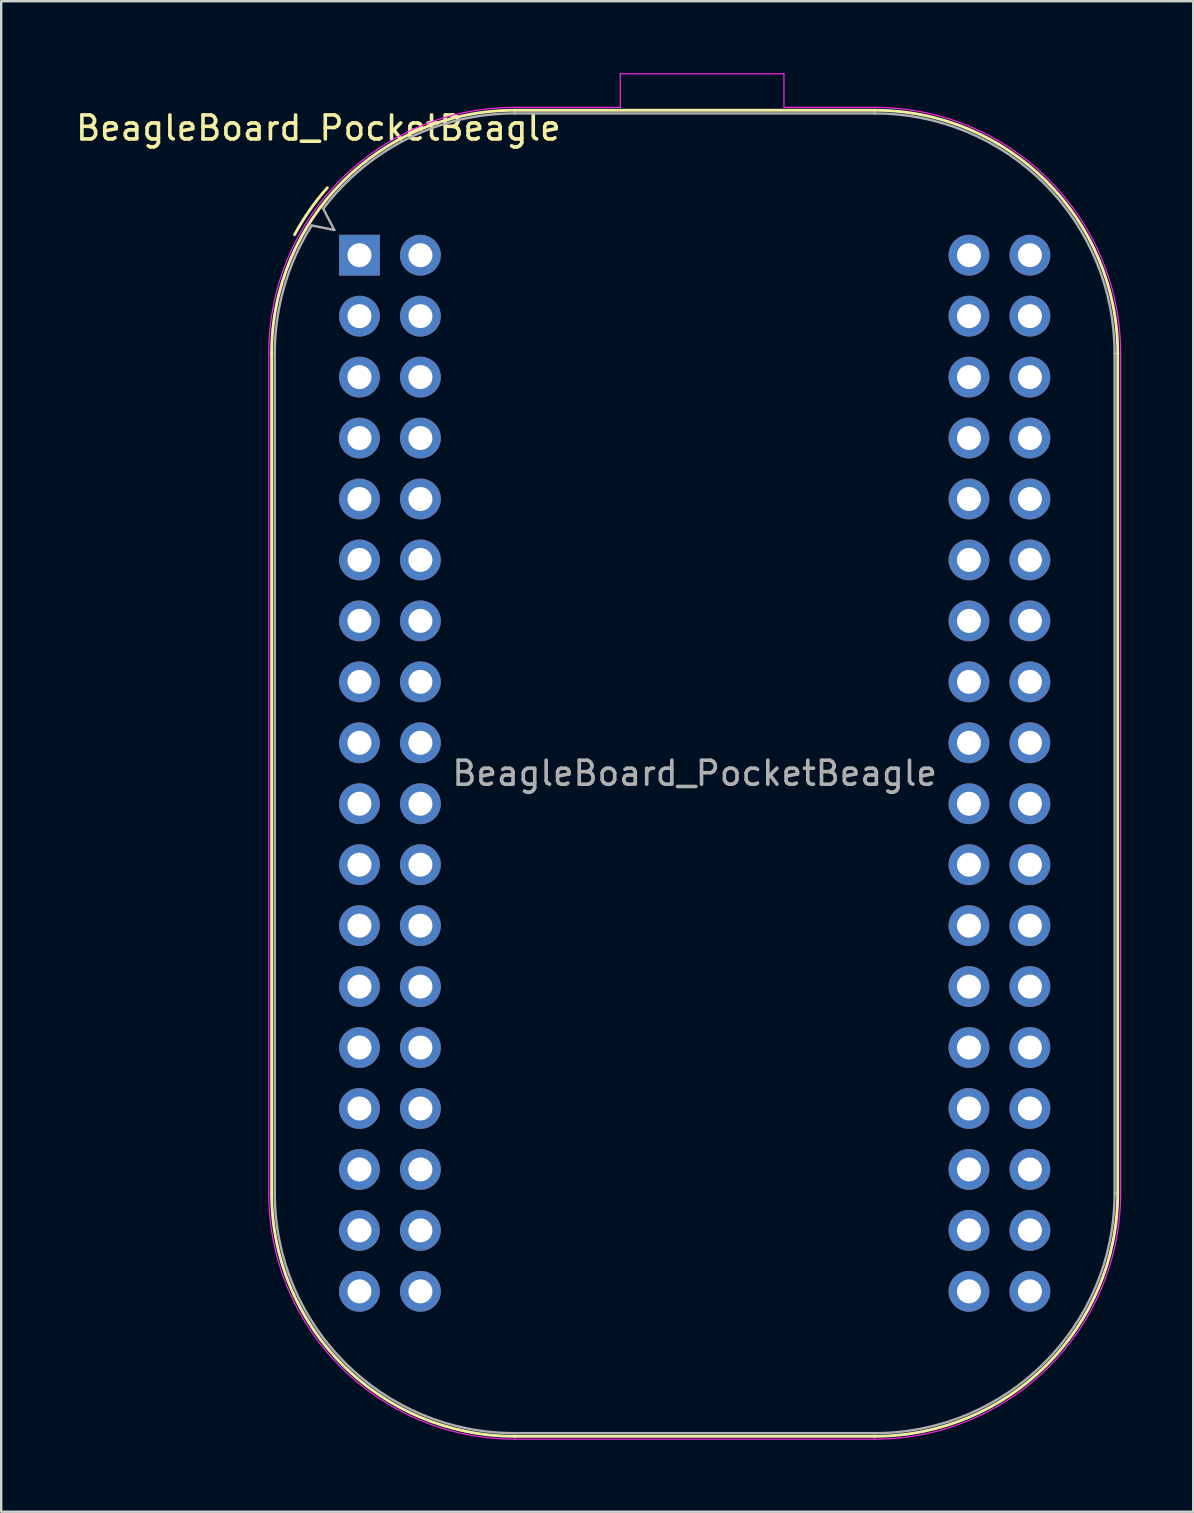
<source format=kicad_pcb>
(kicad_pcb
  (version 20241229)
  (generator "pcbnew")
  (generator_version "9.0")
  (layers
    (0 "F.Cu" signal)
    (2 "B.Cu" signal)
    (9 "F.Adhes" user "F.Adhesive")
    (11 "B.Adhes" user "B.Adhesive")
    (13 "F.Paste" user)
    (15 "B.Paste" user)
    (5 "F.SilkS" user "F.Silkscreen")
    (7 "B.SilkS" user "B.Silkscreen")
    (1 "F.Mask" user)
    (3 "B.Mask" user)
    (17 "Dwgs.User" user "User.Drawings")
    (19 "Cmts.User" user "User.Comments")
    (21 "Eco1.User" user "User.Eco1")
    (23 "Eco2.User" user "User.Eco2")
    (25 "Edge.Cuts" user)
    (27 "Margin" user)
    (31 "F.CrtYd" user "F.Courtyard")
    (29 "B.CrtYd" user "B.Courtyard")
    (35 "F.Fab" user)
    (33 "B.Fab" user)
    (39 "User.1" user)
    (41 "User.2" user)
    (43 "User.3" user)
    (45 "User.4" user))
  (footprint "BeagleBoard_PocketBeagle"
    (layer "F.Cu")
    (at 11.93 7.585)
    (property "Reference" "BeagleBoard_PocketBeagle" (at -1.71 -5.3 180) (layer "F.SilkS") (effects (font (size 1 1) (thickness 0.15))))
    (attr through_hole)
    (fp_line (start -3.66 39.09) (end -3.66 4.09) (stroke (width 0.12) (type solid)) (layer "F.SilkS"))
    (fp_line (start 6.47 -6.04) (end 21.47 -6.04) (stroke (width 0.12) (type solid)) (layer "F.SilkS"))
    (fp_line (start 6.47 49.22) (end 21.47 49.22) (stroke (width 0.12) (type solid)) (layer "F.SilkS"))
    (fp_line (start 31.6 4.09) (end 31.6 39.09) (stroke (width 0.12) (type solid)) (layer "F.SilkS"))
    (fp_arc (start -3.66 4.09) (mid -0.692992 -3.072992) (end 6.47 -6.04) (stroke (width 0.12) (type solid)) (layer "F.SilkS"))
    (fp_arc (start -2.702916 -0.856081) (mid -2.077474 -1.872113) (end -1.34 -2.81) (stroke (width 0.12) (type solid)) (layer "F.SilkS"))
    (fp_arc (start 6.47 49.22) (mid -0.692992 46.252992) (end -3.66 39.09) (stroke (width 0.12) (type solid)) (layer "F.SilkS"))
    (fp_arc (start 21.47 -6.04) (mid 28.632992 -3.072992) (end 31.6 4.09) (stroke (width 0.12) (type solid)) (layer "F.SilkS"))
    (fp_arc (start 31.6 39.09) (mid 28.632992 46.252992) (end 21.47 49.22) (stroke (width 0.12) (type solid)) (layer "F.SilkS"))
    (fp_line (start -3.78 4.09) (end -3.78 39.09) (stroke (width 0.05) (type solid)) (layer "F.CrtYd"))
    (fp_line (start 6.47 49.34) (end 21.47 49.34) (stroke (width 0.05) (type solid)) (layer "F.CrtYd"))
    (fp_line (start 10.87 -7.56) (end 17.69 -7.56) (stroke (width 0.05) (type solid)) (layer "F.CrtYd"))
    (fp_line (start 10.87 -6.16) (end 6.47 -6.16) (stroke (width 0.05) (type solid)) (layer "F.CrtYd"))
    (fp_line (start 10.87 -6.16) (end 10.87 -7.56) (stroke (width 0.05) (type solid)) (layer "F.CrtYd"))
    (fp_line (start 17.69 -6.16) (end 17.69 -7.56) (stroke (width 0.05) (type solid)) (layer "F.CrtYd"))
    (fp_line (start 21.47 -6.16) (end 17.69 -6.16) (stroke (width 0.05) (type solid)) (layer "F.CrtYd"))
    (fp_line (start 31.72 4.09) (end 31.72 39.09) (stroke (width 0.05) (type solid)) (layer "F.CrtYd"))
    (fp_arc (start -3.78 4.09) (mid -0.777845 -3.157845) (end 6.47 -6.16) (stroke (width 0.05) (type solid)) (layer "F.CrtYd"))
    (fp_arc (start 6.47 49.34) (mid -0.777845 46.337845) (end -3.78 39.09) (stroke (width 0.05) (type solid)) (layer "F.CrtYd"))
    (fp_arc (start 21.47 -6.16) (mid 28.717845 -3.157845) (end 31.72 4.09) (stroke (width 0.05) (type solid)) (layer "F.CrtYd"))
    (fp_arc (start 31.72 39.09) (mid 28.717845 46.337845) (end 21.47 49.34) (stroke (width 0.05) (type solid)) (layer "F.CrtYd"))
    (fp_line (start -3.53 4.09) (end -3.53 39.09) (stroke (width 0.1) (type solid)) (layer "F.Fab"))
    (fp_line (start -1.51 -1.94) (end -1.05 -1.05) (stroke (width 0.1) (type solid)) (layer "F.Fab"))
    (fp_line (start -1.05 -1.05) (end -1.99 -1.24) (stroke (width 0.1) (type solid)) (layer "F.Fab"))
    (fp_line (start 6.47 -5.91) (end 21.47 -5.91) (stroke (width 0.1) (type solid)) (layer "F.Fab"))
    (fp_line (start 6.47 49.09) (end 21.47 49.09) (stroke (width 0.1) (type solid)) (layer "F.Fab"))
    (fp_line (start 31.47 4.09) (end 31.47 39.09) (stroke (width 0.1) (type solid)) (layer "F.Fab"))
    (fp_arc (start -3.529025 4.09) (mid -3.136567 1.316126) (end -1.99 -1.24) (stroke (width 0.1) (type solid)) (layer "F.Fab"))
    (fp_arc (start -1.505888 -1.942016) (mid 2.015797 -4.863216) (end 6.47 -5.91) (stroke (width 0.1) (type solid)) (layer "F.Fab"))
    (fp_arc (start 6.47 49.09) (mid -0.601068 46.161068) (end -3.53 39.09) (stroke (width 0.1) (type solid)) (layer "F.Fab"))
    (fp_arc (start 21.472547 -5.91002) (mid 28.549049 -2.973106) (end 31.47 4.11) (stroke (width 0.1) (type solid)) (layer "F.Fab"))
    (fp_arc (start 31.47 39.09) (mid 28.541068 46.161068) (end 21.47 49.09) (stroke (width 0.1) (type solid)) (layer "F.Fab"))
    (fp_text user "${REFERENCE}" (at 13.97 21.59 180) (layer "F.Fab") (effects (font (size 1 1) (thickness 0.15))))
    (pad "1" thru_hole rect (at 0 0) (size 1.7 1.7) (drill 1) (layers "*.Cu" "*.Mask"))
    (pad "2" thru_hole oval (at 2.54 0) (size 1.7 1.7) (drill 1) (layers "*.Cu" "*.Mask"))
    (pad "3" thru_hole oval (at 0 2.54) (size 1.7 1.7) (drill 1) (layers "*.Cu" "*.Mask"))
    (pad "4" thru_hole oval (at 2.54 2.54) (size 1.7 1.7) (drill 1) (layers "*.Cu" "*.Mask"))
    (pad "5" thru_hole oval (at 0 5.08) (size 1.7 1.7) (drill 1) (layers "*.Cu" "*.Mask"))
    (pad "6" thru_hole oval (at 2.54 5.08) (size 1.7 1.7) (drill 1) (layers "*.Cu" "*.Mask"))
    (pad "7" thru_hole oval (at 0 7.62) (size 1.7 1.7) (drill 1) (layers "*.Cu" "*.Mask"))
    (pad "8" thru_hole oval (at 2.54 7.62) (size 1.7 1.7) (drill 1) (layers "*.Cu" "*.Mask"))
    (pad "9" thru_hole oval (at 0 10.16) (size 1.7 1.7) (drill 1) (layers "*.Cu" "*.Mask"))
    (pad "10" thru_hole oval (at 2.54 10.16) (size 1.7 1.7) (drill 1) (layers "*.Cu" "*.Mask"))
    (pad "11" thru_hole oval (at 0 12.7) (size 1.7 1.7) (drill 1) (layers "*.Cu" "*.Mask"))
    (pad "12" thru_hole oval (at 2.54 12.7) (size 1.7 1.7) (drill 1) (layers "*.Cu" "*.Mask"))
    (pad "13" thru_hole oval (at 0 15.24) (size 1.7 1.7) (drill 1) (layers "*.Cu" "*.Mask"))
    (pad "14" thru_hole oval (at 2.54 15.24) (size 1.7 1.7) (drill 1) (layers "*.Cu" "*.Mask"))
    (pad "15" thru_hole oval (at 0 17.78) (size 1.7 1.7) (drill 1) (layers "*.Cu" "*.Mask"))
    (pad "16" thru_hole oval (at 2.54 17.78) (size 1.7 1.7) (drill 1) (layers "*.Cu" "*.Mask"))
    (pad "17" thru_hole oval (at 0 20.32) (size 1.7 1.7) (drill 1) (layers "*.Cu" "*.Mask"))
    (pad "18" thru_hole oval (at 2.54 20.32) (size 1.7 1.7) (drill 1) (layers "*.Cu" "*.Mask"))
    (pad "19" thru_hole oval (at 0 22.86) (size 1.7 1.7) (drill 1) (layers "*.Cu" "*.Mask"))
    (pad "20" thru_hole oval (at 2.54 22.86) (size 1.7 1.7) (drill 1) (layers "*.Cu" "*.Mask"))
    (pad "21" thru_hole oval (at 0 25.4) (size 1.7 1.7) (drill 1) (layers "*.Cu" "*.Mask"))
    (pad "22" thru_hole oval (at 2.54 25.4) (size 1.7 1.7) (drill 1) (layers "*.Cu" "*.Mask"))
    (pad "23" thru_hole oval (at 0 27.94) (size 1.7 1.7) (drill 1) (layers "*.Cu" "*.Mask"))
    (pad "24" thru_hole oval (at 2.54 27.94) (size 1.7 1.7) (drill 1) (layers "*.Cu" "*.Mask"))
    (pad "25" thru_hole oval (at 0 30.48) (size 1.7 1.7) (drill 1) (layers "*.Cu" "*.Mask"))
    (pad "26" thru_hole oval (at 2.54 30.48) (size 1.7 1.7) (drill 1) (layers "*.Cu" "*.Mask"))
    (pad "27" thru_hole oval (at 0 33.02) (size 1.7 1.7) (drill 1) (layers "*.Cu" "*.Mask"))
    (pad "28" thru_hole oval (at 2.54 33.02) (size 1.7 1.7) (drill 1) (layers "*.Cu" "*.Mask"))
    (pad "29" thru_hole oval (at 0 35.56) (size 1.7 1.7) (drill 1) (layers "*.Cu" "*.Mask"))
    (pad "30" thru_hole oval (at 2.54 35.56) (size 1.7 1.7) (drill 1) (layers "*.Cu" "*.Mask"))
    (pad "31" thru_hole oval (at 0 38.1) (size 1.7 1.7) (drill 1) (layers "*.Cu" "*.Mask"))
    (pad "32" thru_hole oval (at 2.54 38.1) (size 1.7 1.7) (drill 1) (layers "*.Cu" "*.Mask"))
    (pad "33" thru_hole oval (at 0 40.64) (size 1.7 1.7) (drill 1) (layers "*.Cu" "*.Mask"))
    (pad "34" thru_hole oval (at 2.54 40.64) (size 1.7 1.7) (drill 1) (layers "*.Cu" "*.Mask"))
    (pad "35" thru_hole oval (at 0 43.18) (size 1.7 1.7) (drill 1) (layers "*.Cu" "*.Mask"))
    (pad "36" thru_hole oval (at 2.54 43.18) (size 1.7 1.7) (drill 1) (layers "*.Cu" "*.Mask"))
    (pad "37" thru_hole circle (at 25.4 0) (size 1.7 1.7) (drill 1) (layers "*.Cu" "*.Mask"))
    (pad "38" thru_hole oval (at 27.94 0) (size 1.7 1.7) (drill 1) (layers "*.Cu" "*.Mask"))
    (pad "39" thru_hole oval (at 25.4 2.54) (size 1.7 1.7) (drill 1) (layers "*.Cu" "*.Mask"))
    (pad "40" thru_hole oval (at 27.94 2.54) (size 1.7 1.7) (drill 1) (layers "*.Cu" "*.Mask"))
    (pad "41" thru_hole oval (at 25.4 5.08) (size 1.7 1.7) (drill 1) (layers "*.Cu" "*.Mask"))
    (pad "42" thru_hole oval (at 27.94 5.08) (size 1.7 1.7) (drill 1) (layers "*.Cu" "*.Mask"))
    (pad "43" thru_hole oval (at 25.4 7.62) (size 1.7 1.7) (drill 1) (layers "*.Cu" "*.Mask"))
    (pad "44" thru_hole oval (at 27.94 7.62) (size 1.7 1.7) (drill 1) (layers "*.Cu" "*.Mask"))
    (pad "45" thru_hole oval (at 25.4 10.16) (size 1.7 1.7) (drill 1) (layers "*.Cu" "*.Mask"))
    (pad "46" thru_hole oval (at 27.94 10.16) (size 1.7 1.7) (drill 1) (layers "*.Cu" "*.Mask"))
    (pad "47" thru_hole oval (at 25.4 12.7) (size 1.7 1.7) (drill 1) (layers "*.Cu" "*.Mask"))
    (pad "48" thru_hole oval (at 27.94 12.7) (size 1.7 1.7) (drill 1) (layers "*.Cu" "*.Mask"))
    (pad "49" thru_hole oval (at 25.4 15.24) (size 1.7 1.7) (drill 1) (layers "*.Cu" "*.Mask"))
    (pad "50" thru_hole oval (at 27.94 15.24) (size 1.7 1.7) (drill 1) (layers "*.Cu" "*.Mask"))
    (pad "51" thru_hole oval (at 25.4 17.78) (size 1.7 1.7) (drill 1) (layers "*.Cu" "*.Mask"))
    (pad "52" thru_hole oval (at 27.94 17.78) (size 1.7 1.7) (drill 1) (layers "*.Cu" "*.Mask"))
    (pad "53" thru_hole oval (at 25.4 20.32) (size 1.7 1.7) (drill 1) (layers "*.Cu" "*.Mask"))
    (pad "54" thru_hole oval (at 27.94 20.32) (size 1.7 1.7) (drill 1) (layers "*.Cu" "*.Mask"))
    (pad "55" thru_hole oval (at 25.4 22.86) (size 1.7 1.7) (drill 1) (layers "*.Cu" "*.Mask"))
    (pad "56" thru_hole oval (at 27.94 22.86) (size 1.7 1.7) (drill 1) (layers "*.Cu" "*.Mask"))
    (pad "57" thru_hole oval (at 25.4 25.4) (size 1.7 1.7) (drill 1) (layers "*.Cu" "*.Mask"))
    (pad "58" thru_hole oval (at 27.94 25.4) (size 1.7 1.7) (drill 1) (layers "*.Cu" "*.Mask"))
    (pad "59" thru_hole oval (at 25.4 27.94) (size 1.7 1.7) (drill 1) (layers "*.Cu" "*.Mask"))
    (pad "60" thru_hole oval (at 27.94 27.94) (size 1.7 1.7) (drill 1) (layers "*.Cu" "*.Mask"))
    (pad "61" thru_hole oval (at 25.4 30.48) (size 1.7 1.7) (drill 1) (layers "*.Cu" "*.Mask"))
    (pad "62" thru_hole oval (at 27.94 30.48) (size 1.7 1.7) (drill 1) (layers "*.Cu" "*.Mask"))
    (pad "63" thru_hole oval (at 25.4 33.02) (size 1.7 1.7) (drill 1) (layers "*.Cu" "*.Mask"))
    (pad "64" thru_hole oval (at 27.94 33.02) (size 1.7 1.7) (drill 1) (layers "*.Cu" "*.Mask"))
    (pad "65" thru_hole oval (at 25.4 35.56) (size 1.7 1.7) (drill 1) (layers "*.Cu" "*.Mask"))
    (pad "66" thru_hole oval (at 27.94 35.56) (size 1.7 1.7) (drill 1) (layers "*.Cu" "*.Mask"))
    (pad "67" thru_hole oval (at 25.4 38.1) (size 1.7 1.7) (drill 1) (layers "*.Cu" "*.Mask"))
    (pad "68" thru_hole oval (at 27.94 38.1) (size 1.7 1.7) (drill 1) (layers "*.Cu" "*.Mask"))
    (pad "69" thru_hole oval (at 25.4 40.64) (size 1.7 1.7) (drill 1) (layers "*.Cu" "*.Mask"))
    (pad "70" thru_hole oval (at 27.94 40.64) (size 1.7 1.7) (drill 1) (layers "*.Cu" "*.Mask"))
    (pad "71" thru_hole oval (at 25.4 43.18) (size 1.7 1.7) (drill 1) (layers "*.Cu" "*.Mask"))
    (pad "72" thru_hole oval (at 27.94 43.18) (size 1.7 1.7) (drill 1) (layers "*.Cu" "*.Mask")))
  (gr_rect
    (start -3 -3)
    (end 46.675 59.95)
    (stroke (width 0.1) (type default))
    (fill no)
    (layer "Edge.Cuts")))
</source>
